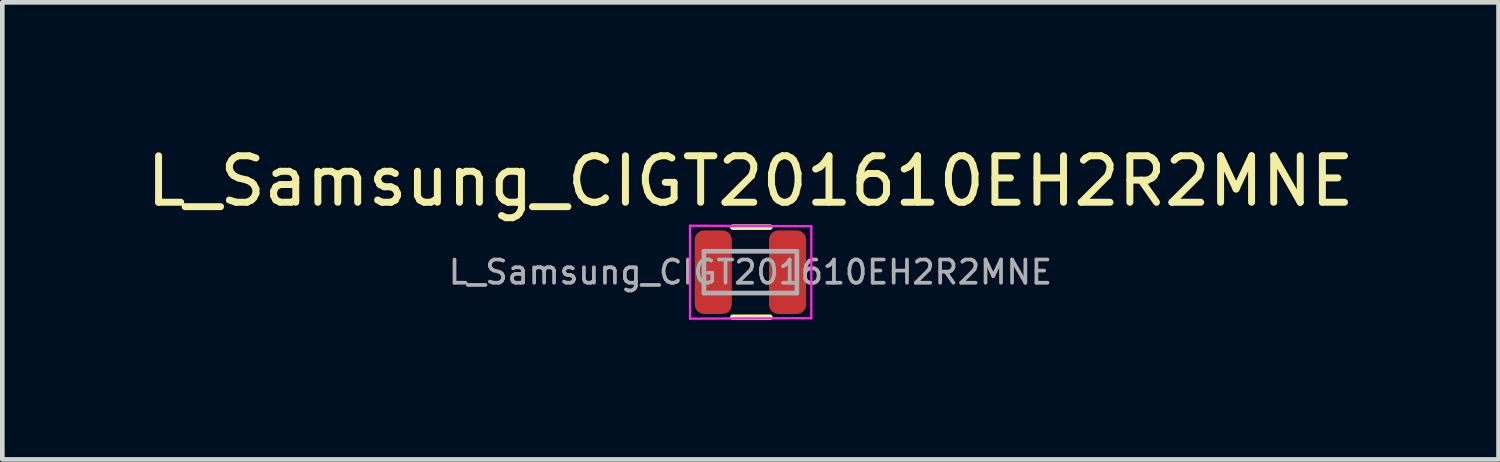
<source format=kicad_pcb>
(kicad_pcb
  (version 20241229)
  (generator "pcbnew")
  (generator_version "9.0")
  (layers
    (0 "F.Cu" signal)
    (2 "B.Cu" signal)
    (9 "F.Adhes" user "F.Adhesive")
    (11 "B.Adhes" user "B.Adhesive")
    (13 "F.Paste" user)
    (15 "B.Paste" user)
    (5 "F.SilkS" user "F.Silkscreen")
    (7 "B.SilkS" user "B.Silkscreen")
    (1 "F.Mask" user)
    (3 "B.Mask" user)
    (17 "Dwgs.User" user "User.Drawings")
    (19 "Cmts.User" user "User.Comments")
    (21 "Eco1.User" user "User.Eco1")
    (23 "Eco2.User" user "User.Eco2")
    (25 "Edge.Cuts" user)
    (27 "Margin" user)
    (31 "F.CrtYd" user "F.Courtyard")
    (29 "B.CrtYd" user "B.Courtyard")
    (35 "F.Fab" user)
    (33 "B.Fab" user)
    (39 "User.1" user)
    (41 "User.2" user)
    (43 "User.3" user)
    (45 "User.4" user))
  (footprint "L_Samsung_CIGT201610EH2R2MNE"
    (layer "F.Cu")
    (at 13.101 2.808)
    (property "Reference" "L_Samsung_CIGT201610EH2R2MNE" (at 0 -1.96 0) (layer "F.SilkS") (effects (font (size 1 1) (thickness 0.15))))
    (attr smd)
    (fp_line (start -0.38 -0.97) (end 0.42 -0.97) (stroke (width 0.12) (type solid)) (layer "F.SilkS"))
    (fp_line (start -0.38 0.97) (end 0.42 0.97) (stroke (width 0.12) (type solid)) (layer "F.SilkS"))
    (fp_line (start -1.3 -1) (end 1.31 -0.99) (stroke (width 0.05) (type solid)) (layer "F.CrtYd"))
    (fp_line (start -1.3 1) (end -1.3 -1) (stroke (width 0.05) (type solid)) (layer "F.CrtYd"))
    (fp_line (start 1.31 -0.99) (end 1.31 0.99) (stroke (width 0.05) (type solid)) (layer "F.CrtYd"))
    (fp_line (start 1.31 0.99) (end -1.3 1) (stroke (width 0.05) (type solid)) (layer "F.CrtYd"))
    (fp_line (start -1 -0.45) (end 1 -0.45) (stroke (width 0.1) (type solid)) (layer "F.Fab"))
    (fp_line (start -1 0.45) (end -1 -0.45) (stroke (width 0.1) (type solid)) (layer "F.Fab"))
    (fp_line (start 1 -0.45) (end 1 0.45) (stroke (width 0.1) (type solid)) (layer "F.Fab"))
    (fp_line (start 1 0.45) (end -1 0.45) (stroke (width 0.1) (type solid)) (layer "F.Fab"))
    (fp_text user "${REFERENCE}" (at 0 0 0) (layer "F.Fab") (effects (font (size 0.5 0.5) (thickness 0.08))))
    (pad "1" smd roundrect (at -0.8 0) (size 0.8 1.8) (layers "F.Cu" "F.Mask" "F.Paste") (roundrect_rratio 0.25))
    (pad "2" smd roundrect (at 0.8 0) (size 0.8 1.8) (layers "F.Cu" "F.Mask" "F.Paste") (roundrect_rratio 0.25)))
  (gr_rect
    (start -3 -3)
    (end 29.202 6.838)
    (stroke (width 0.1) (type default))
    (fill no)
    (layer "Edge.Cuts")))
</source>
